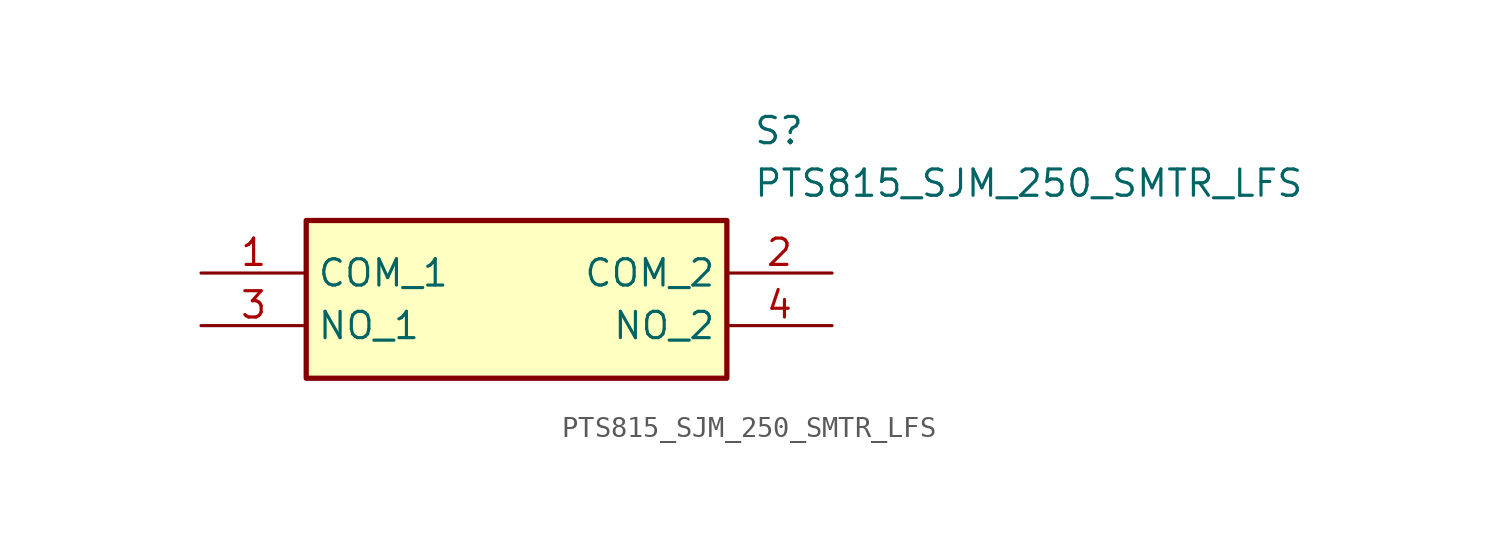
<source format=kicad_sym>
(kicad_symbol_lib
  (version 20211014)
  (generator SamacSys_ECAD_Model)
  (symbol "PTS815_SJM_250_SMTR_LFS"
    (property "Reference" "S"
      (at 26.67 7.62 0)
      (effects (font (size 1.27 1.27)) (justify left top)))
    (property "Value" "PTS815_SJM_250_SMTR_LFS"
      (at 26.67 5.08 0)
      (effects (font (size 1.27 1.27)) (justify left top)))
    (rectangle
      (start 5.08 2.54)
      (end 25.4 -5.08)
      (stroke (width 0.254) (type default))
      (fill (type background)))
    (pin passive line
      (at 0 0 0)
      (length 5.08)
      (name "COM_1" (effects (font (size 1.27 1.27))))
      (number "1" (effects (font (size 1.27 1.27)))))
    (pin passive line
      (at 30.48 0 180)
      (length 5.08)
      (name "COM_2" (effects (font (size 1.27 1.27))))
      (number "2" (effects (font (size 1.27 1.27)))))
    (pin passive line
      (at 0 -2.54 0)
      (length 5.08)
      (name "NO_1" (effects (font (size 1.27 1.27))))
      (number "3" (effects (font (size 1.27 1.27)))))
    (pin passive line
      (at 30.48 -2.54 180)
      (length 5.08)
      (name "NO_2" (effects (font (size 1.27 1.27))))
      (number "4" (effects (font (size 1.27 1.27)))))))
</source>
